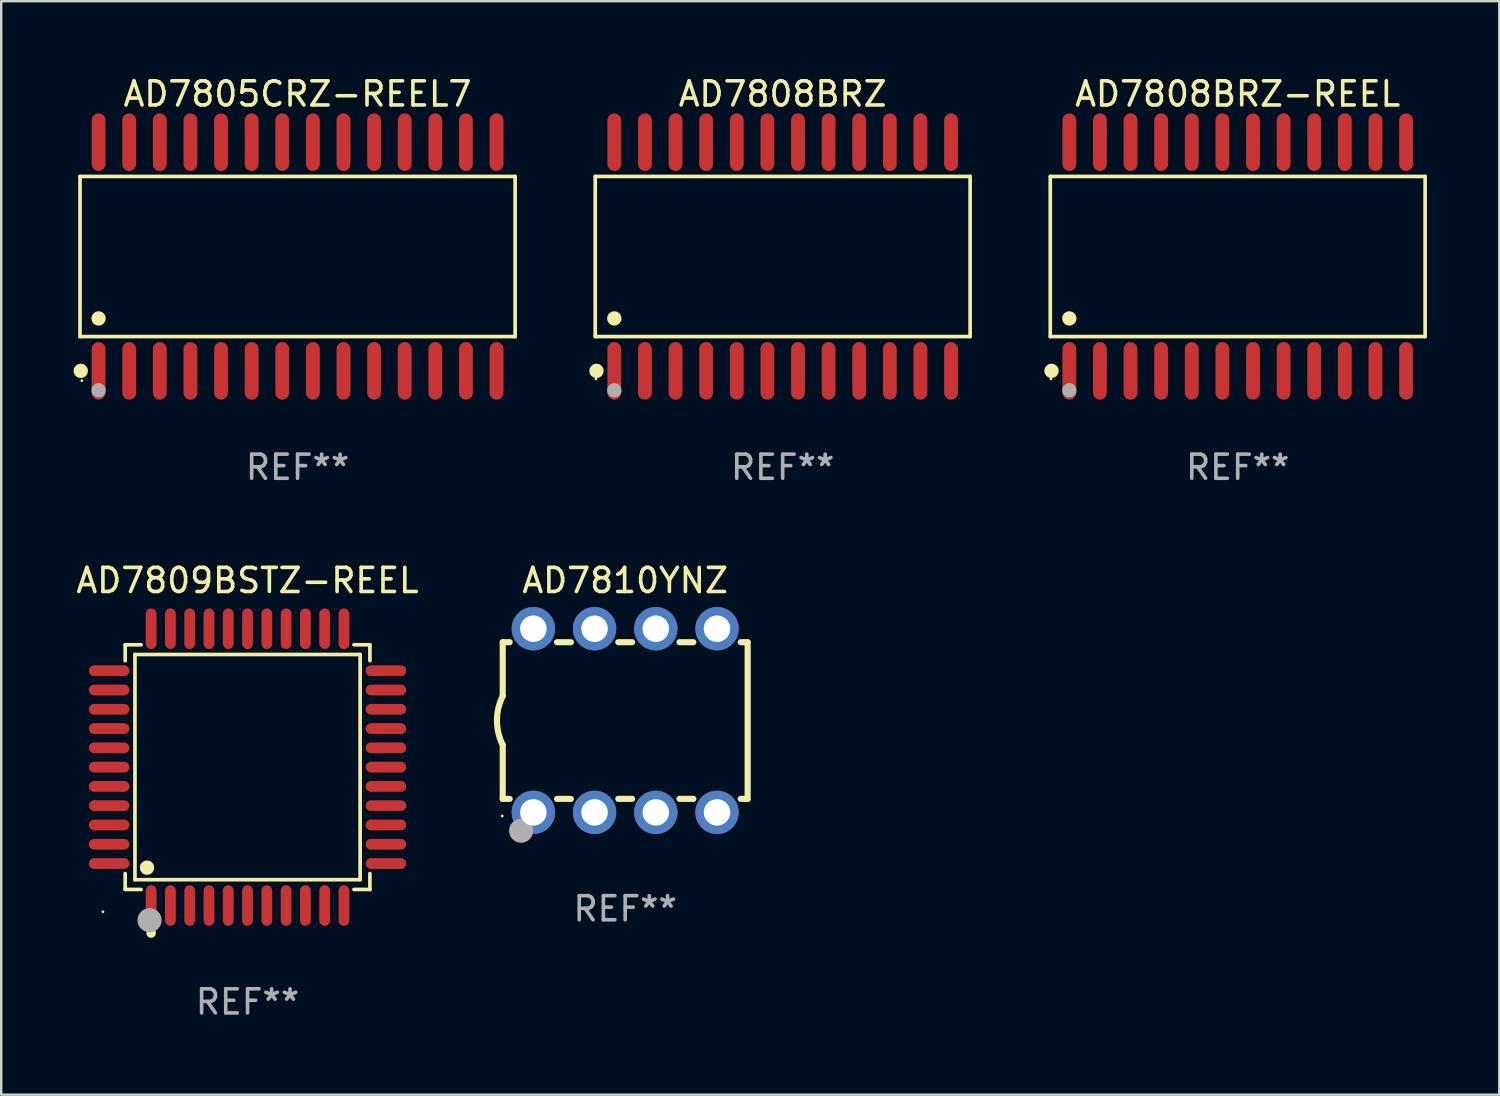
<source format=kicad_pcb>
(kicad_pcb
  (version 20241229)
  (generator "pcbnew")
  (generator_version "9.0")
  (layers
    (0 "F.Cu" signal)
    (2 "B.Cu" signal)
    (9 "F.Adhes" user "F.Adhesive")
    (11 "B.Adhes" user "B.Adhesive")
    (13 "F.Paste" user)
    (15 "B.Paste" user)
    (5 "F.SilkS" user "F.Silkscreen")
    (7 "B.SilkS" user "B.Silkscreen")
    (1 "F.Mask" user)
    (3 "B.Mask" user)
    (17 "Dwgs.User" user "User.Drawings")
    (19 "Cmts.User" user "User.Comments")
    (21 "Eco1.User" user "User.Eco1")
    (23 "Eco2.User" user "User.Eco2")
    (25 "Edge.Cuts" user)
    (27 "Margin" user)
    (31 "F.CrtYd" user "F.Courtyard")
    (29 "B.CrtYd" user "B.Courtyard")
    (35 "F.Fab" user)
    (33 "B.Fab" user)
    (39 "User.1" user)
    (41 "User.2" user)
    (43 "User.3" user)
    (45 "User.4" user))
  (footprint "AD7810YNZ"
    (layer "F.Cu")
    (at 22.887 26.843)
    (property "Reference" "AD7810YNZ" (at 0 -5.81 0) (layer "F.SilkS") (effects (font (size 1 1) (thickness 0.15))))
    (attr through_hole)
    (fp_line (start -5.08 -3.25) (end -5.08 -1.017) (stroke (width 0.254) (type solid)) (layer "F.SilkS"))
    (fp_line (start -5.08 -3.25) (end -4.792 -3.25) (stroke (width 0.254) (type solid)) (layer "F.SilkS"))
    (fp_line (start -5.08 3.25) (end -5.08 1.015) (stroke (width 0.254) (type solid)) (layer "F.SilkS"))
    (fp_line (start -5.08 3.25) (end -4.792 3.25) (stroke (width 0.254) (type solid)) (layer "F.SilkS"))
    (fp_line (start -2.828 -3.25) (end -2.252 -3.25) (stroke (width 0.254) (type solid)) (layer "F.SilkS"))
    (fp_line (start -2.828 3.25) (end -2.252 3.25) (stroke (width 0.254) (type solid)) (layer "F.SilkS"))
    (fp_line (start -0.288 -3.25) (end 0.288 -3.25) (stroke (width 0.254) (type solid)) (layer "F.SilkS"))
    (fp_line (start -0.288 3.25) (end 0.288 3.25) (stroke (width 0.254) (type solid)) (layer "F.SilkS"))
    (fp_line (start 2.252 -3.25) (end 2.828 -3.25) (stroke (width 0.254) (type solid)) (layer "F.SilkS"))
    (fp_line (start 2.252 3.25) (end 2.828 3.25) (stroke (width 0.254) (type solid)) (layer "F.SilkS"))
    (fp_line (start 4.792 -3.25) (end 5.08 -3.25) (stroke (width 0.254) (type solid)) (layer "F.SilkS"))
    (fp_line (start 4.792 3.25) (end 5.08 3.25) (stroke (width 0.254) (type solid)) (layer "F.SilkS"))
    (fp_line (start 5.08 -3.25) (end 5.08 3.25) (stroke (width 0.254) (type solid)) (layer "F.SilkS"))
    (fp_arc (start -5.08001 1.01524) (mid -5.319856 -0.000762) (end -5.08001 -1.016764) (stroke (width 0.254001) (type solid)) (layer "F.SilkS"))
    (fp_circle (center -5.1 3.96) (end -5.07 3.96) (stroke (width 0.06) (type solid)) (fill no) (layer "F.SilkS"))
    (fp_circle (center -4.318 4.572) (end -4.068 4.572) (stroke (width 0.5) (type solid)) (fill no) (layer "F.Fab"))
    (fp_text user "REF**" (at 0 7.81 0) (layer "F.Fab") (effects (font (size 1 1) (thickness 0.15))))
    (pad "1" thru_hole circle (at -3.81 3.81) (size 1.8 1.8) (drill 1.1) (layers "*.Cu" "*.Mask"))
    (pad "2" thru_hole circle (at -1.27 3.81) (size 1.8 1.8) (drill 1.1) (layers "*.Cu" "*.Mask"))
    (pad "3" thru_hole circle (at 1.27 3.81) (size 1.8 1.8) (drill 1.1) (layers "*.Cu" "*.Mask"))
    (pad "4" thru_hole circle (at 3.81 3.81) (size 1.8 1.8) (drill 1.1) (layers "*.Cu" "*.Mask"))
    (pad "5" thru_hole circle (at 3.81 -3.81) (size 1.8 1.8) (drill 1.1) (layers "*.Cu" "*.Mask"))
    (pad "6" thru_hole circle (at 1.27 -3.81) (size 1.8 1.8) (drill 1.1) (layers "*.Cu" "*.Mask"))
    (pad "7" thru_hole circle (at -1.27 -3.81) (size 1.8 1.8) (drill 1.1) (layers "*.Cu" "*.Mask"))
    (pad "8" thru_hole circle (at -3.81 -3.81) (size 1.8 1.8) (drill 1.1) (layers "*.Cu" "*.Mask")))
  (footprint "AD7805CRZ-REEL7"
    (layer "F.Cu")
    (at 9.295 7.592)
    (property "Reference" "AD7805CRZ-REEL7" (at 0 -6.744 0) (layer "F.SilkS") (effects (font (size 1 1) (thickness 0.15))))
    (attr through_hole)
    (fp_line (start -9.026 -3.321) (end 9.026 -3.321) (stroke (width 0.152) (type solid)) (layer "F.SilkS"))
    (fp_line (start -9.026 3.321) (end -9.026 -3.321) (stroke (width 0.152) (type solid)) (layer "F.SilkS"))
    (fp_line (start 9.026 -3.321) (end 9.026 3.321) (stroke (width 0.152) (type solid)) (layer "F.SilkS"))
    (fp_line (start 9.026 3.321) (end -9.026 3.321) (stroke (width 0.152) (type solid)) (layer "F.SilkS"))
    (fp_circle (center -8.994 4.744) (end -8.844 4.744) (stroke (width 0.3) (type solid)) (fill no) (layer "F.SilkS"))
    (fp_circle (center -8.95 5.15) (end -8.92 5.15) (stroke (width 0.06) (type solid)) (fill no) (layer "F.SilkS"))
    (fp_circle (center -8.255 2.569) (end -8.105 2.569) (stroke (width 0.3) (type solid)) (fill no) (layer "F.SilkS"))
    (fp_circle (center -8.255 5.55) (end -8.105 5.55) (stroke (width 0.3) (type solid)) (fill no) (layer "F.Fab"))
    (fp_text user "REF**" (at 0 8.744 0) (layer "F.Fab") (effects (font (size 1 1) (thickness 0.15))))
    (pad "1" smd oval (at -8.255 4.744) (size 0.574 2.388) (layers "F.Cu" "F.Mask" "F.Paste"))
    (pad "2" smd oval (at -6.985 4.744) (size 0.574 2.388) (layers "F.Cu" "F.Mask" "F.Paste"))
    (pad "3" smd oval (at -5.715 4.744) (size 0.574 2.388) (layers "F.Cu" "F.Mask" "F.Paste"))
    (pad "4" smd oval (at -4.445 4.744) (size 0.574 2.388) (layers "F.Cu" "F.Mask" "F.Paste"))
    (pad "5" smd oval (at -3.175 4.744) (size 0.574 2.388) (layers "F.Cu" "F.Mask" "F.Paste"))
    (pad "6" smd oval (at -1.905 4.744) (size 0.574 2.388) (layers "F.Cu" "F.Mask" "F.Paste"))
    (pad "7" smd oval (at -0.635 4.744) (size 0.574 2.388) (layers "F.Cu" "F.Mask" "F.Paste"))
    (pad "8" smd oval (at 0.635 4.744) (size 0.574 2.388) (layers "F.Cu" "F.Mask" "F.Paste"))
    (pad "9" smd oval (at 1.905 4.744) (size 0.574 2.388) (layers "F.Cu" "F.Mask" "F.Paste"))
    (pad "10" smd oval (at 3.175 4.744) (size 0.574 2.388) (layers "F.Cu" "F.Mask" "F.Paste"))
    (pad "11" smd oval (at 4.445 4.744) (size 0.574 2.388) (layers "F.Cu" "F.Mask" "F.Paste"))
    (pad "12" smd oval (at 5.715 4.744) (size 0.574 2.388) (layers "F.Cu" "F.Mask" "F.Paste"))
    (pad "13" smd oval (at 6.985 4.744) (size 0.574 2.388) (layers "F.Cu" "F.Mask" "F.Paste"))
    (pad "14" smd oval (at 8.255 4.744) (size 0.574 2.388) (layers "F.Cu" "F.Mask" "F.Paste"))
    (pad "15" smd oval (at 8.255 -4.744) (size 0.574 2.388) (layers "F.Cu" "F.Mask" "F.Paste"))
    (pad "16" smd oval (at 6.985 -4.744) (size 0.574 2.388) (layers "F.Cu" "F.Mask" "F.Paste"))
    (pad "17" smd oval (at 5.715 -4.744) (size 0.574 2.388) (layers "F.Cu" "F.Mask" "F.Paste"))
    (pad "18" smd oval (at 4.445 -4.744) (size 0.574 2.388) (layers "F.Cu" "F.Mask" "F.Paste"))
    (pad "19" smd oval (at 3.175 -4.744) (size 0.574 2.388) (layers "F.Cu" "F.Mask" "F.Paste"))
    (pad "20" smd oval (at 1.905 -4.744) (size 0.574 2.388) (layers "F.Cu" "F.Mask" "F.Paste"))
    (pad "21" smd oval (at 0.635 -4.744) (size 0.574 2.388) (layers "F.Cu" "F.Mask" "F.Paste"))
    (pad "22" smd oval (at -0.635 -4.744) (size 0.574 2.388) (layers "F.Cu" "F.Mask" "F.Paste"))
    (pad "23" smd oval (at -1.905 -4.744) (size 0.574 2.388) (layers "F.Cu" "F.Mask" "F.Paste"))
    (pad "24" smd oval (at -3.175 -4.744) (size 0.574 2.388) (layers "F.Cu" "F.Mask" "F.Paste"))
    (pad "25" smd oval (at -4.445 -4.744) (size 0.574 2.388) (layers "F.Cu" "F.Mask" "F.Paste"))
    (pad "26" smd oval (at -5.715 -4.744) (size 0.574 2.388) (layers "F.Cu" "F.Mask" "F.Paste"))
    (pad "27" smd oval (at -6.985 -4.744) (size 0.574 2.388) (layers "F.Cu" "F.Mask" "F.Paste"))
    (pad "28" smd oval (at -8.255 -4.744) (size 0.574 2.388) (layers "F.Cu" "F.Mask" "F.Paste")))
  (footprint "AD7809BSTZ-REEL"
    (layer "F.Cu")
    (at 7.22 28.775)
    (property "Reference" "AD7809BSTZ-REEL" (at 0 -7.742 0) (layer "F.SilkS") (effects (font (size 1 1) (thickness 0.15))))
    (attr through_hole)
    (fp_line (start -5.076 -5.076) (end -4.415 -5.076) (stroke (width 0.152) (type solid)) (layer "F.SilkS"))
    (fp_line (start -5.076 -4.415) (end -5.076 -5.076) (stroke (width 0.152) (type solid)) (layer "F.SilkS"))
    (fp_line (start -5.076 4.415) (end -5.076 5.076) (stroke (width 0.152) (type solid)) (layer "F.SilkS"))
    (fp_line (start -5.076 5.076) (end -4.415 5.076) (stroke (width 0.152) (type solid)) (layer "F.SilkS"))
    (fp_line (start -4.671 -4.671) (end 4.671 -4.671) (stroke (width 0.152) (type solid)) (layer "F.SilkS"))
    (fp_line (start -4.671 4.671) (end -4.671 -4.671) (stroke (width 0.152) (type solid)) (layer "F.SilkS"))
    (fp_line (start 4.671 -4.671) (end 4.671 4.671) (stroke (width 0.152) (type solid)) (layer "F.SilkS"))
    (fp_line (start 4.671 4.671) (end -4.671 4.671) (stroke (width 0.152) (type solid)) (layer "F.SilkS"))
    (fp_line (start 5.076 -5.076) (end 4.415 -5.076) (stroke (width 0.152) (type solid)) (layer "F.SilkS"))
    (fp_line (start 5.076 -4.415) (end 5.076 -5.076) (stroke (width 0.152) (type solid)) (layer "F.SilkS"))
    (fp_line (start 5.076 4.415) (end 5.076 5.076) (stroke (width 0.152) (type solid)) (layer "F.SilkS"))
    (fp_line (start 5.076 5.076) (end 4.415 5.076) (stroke (width 0.152) (type solid)) (layer "F.SilkS"))
    (fp_circle (center -6 6) (end -5.97 6) (stroke (width 0.06) (type solid)) (fill no) (layer "F.SilkS"))
    (fp_circle (center -4.171 4.171) (end -4.021 4.171) (stroke (width 0.3) (type solid)) (fill no) (layer "F.SilkS"))
    (fp_circle (center -4 6.884) (end -3.9 6.884) (stroke (width 0.2) (type solid)) (fill no) (layer "F.SilkS"))
    (fp_circle (center -4.064 6.35) (end -3.814 6.35) (stroke (width 0.5) (type solid)) (fill no) (layer "F.Fab"))
    (fp_text user "REF**" (at 0 9.742 0) (layer "F.Fab") (effects (font (size 1 1) (thickness 0.15))))
    (pad "1" smd oval (at -4 5.742) (size 0.448 1.684) (layers "F.Cu" "F.Mask" "F.Paste"))
    (pad "2" smd oval (at -3.2 5.742) (size 0.448 1.684) (layers "F.Cu" "F.Mask" "F.Paste"))
    (pad "3" smd oval (at -2.4 5.742) (size 0.448 1.684) (layers "F.Cu" "F.Mask" "F.Paste"))
    (pad "4" smd oval (at -1.6 5.742) (size 0.448 1.684) (layers "F.Cu" "F.Mask" "F.Paste"))
    (pad "5" smd oval (at -0.8 5.742) (size 0.448 1.684) (layers "F.Cu" "F.Mask" "F.Paste"))
    (pad "6" smd oval (at 0 5.742) (size 0.448 1.684) (layers "F.Cu" "F.Mask" "F.Paste"))
    (pad "7" smd oval (at 0.8 5.742) (size 0.448 1.684) (layers "F.Cu" "F.Mask" "F.Paste"))
    (pad "8" smd oval (at 1.6 5.742) (size 0.448 1.684) (layers "F.Cu" "F.Mask" "F.Paste"))
    (pad "9" smd oval (at 2.4 5.742) (size 0.448 1.684) (layers "F.Cu" "F.Mask" "F.Paste"))
    (pad "10" smd oval (at 3.2 5.742) (size 0.448 1.684) (layers "F.Cu" "F.Mask" "F.Paste"))
    (pad "11" smd oval (at 4 5.742) (size 0.448 1.684) (layers "F.Cu" "F.Mask" "F.Paste"))
    (pad "12" smd oval (at 5.742 4) (size 1.684 0.448) (layers "F.Cu" "F.Mask" "F.Paste"))
    (pad "13" smd oval (at 5.742 3.2) (size 1.684 0.448) (layers "F.Cu" "F.Mask" "F.Paste"))
    (pad "14" smd oval (at 5.742 2.4) (size 1.684 0.448) (layers "F.Cu" "F.Mask" "F.Paste"))
    (pad "15" smd oval (at 5.742 1.6) (size 1.684 0.448) (layers "F.Cu" "F.Mask" "F.Paste"))
    (pad "16" smd oval (at 5.742 0.8) (size 1.684 0.448) (layers "F.Cu" "F.Mask" "F.Paste"))
    (pad "17" smd oval (at 5.742 0) (size 1.684 0.448) (layers "F.Cu" "F.Mask" "F.Paste"))
    (pad "18" smd oval (at 5.742 -0.8) (size 1.684 0.448) (layers "F.Cu" "F.Mask" "F.Paste"))
    (pad "19" smd oval (at 5.742 -1.6) (size 1.684 0.448) (layers "F.Cu" "F.Mask" "F.Paste"))
    (pad "20" smd oval (at 5.742 -2.4) (size 1.684 0.448) (layers "F.Cu" "F.Mask" "F.Paste"))
    (pad "21" smd oval (at 5.742 -3.2) (size 1.684 0.448) (layers "F.Cu" "F.Mask" "F.Paste"))
    (pad "22" smd oval (at 5.742 -4) (size 1.684 0.448) (layers "F.Cu" "F.Mask" "F.Paste"))
    (pad "23" smd oval (at 4 -5.742) (size 0.448 1.684) (layers "F.Cu" "F.Mask" "F.Paste"))
    (pad "24" smd oval (at 3.2 -5.742) (size 0.448 1.684) (layers "F.Cu" "F.Mask" "F.Paste"))
    (pad "25" smd oval (at 2.4 -5.742) (size 0.448 1.684) (layers "F.Cu" "F.Mask" "F.Paste"))
    (pad "26" smd oval (at 1.6 -5.742) (size 0.448 1.684) (layers "F.Cu" "F.Mask" "F.Paste"))
    (pad "27" smd oval (at 0.8 -5.742) (size 0.448 1.684) (layers "F.Cu" "F.Mask" "F.Paste"))
    (pad "28" smd oval (at 0 -5.742) (size 0.448 1.684) (layers "F.Cu" "F.Mask" "F.Paste"))
    (pad "29" smd oval (at -0.8 -5.742) (size 0.448 1.684) (layers "F.Cu" "F.Mask" "F.Paste"))
    (pad "30" smd oval (at -1.6 -5.742) (size 0.448 1.684) (layers "F.Cu" "F.Mask" "F.Paste"))
    (pad "31" smd oval (at -2.4 -5.742) (size 0.448 1.684) (layers "F.Cu" "F.Mask" "F.Paste"))
    (pad "32" smd oval (at -3.2 -5.742) (size 0.448 1.684) (layers "F.Cu" "F.Mask" "F.Paste"))
    (pad "33" smd oval (at -4 -5.742) (size 0.448 1.684) (layers "F.Cu" "F.Mask" "F.Paste"))
    (pad "34" smd oval (at -5.742 -4) (size 1.684 0.448) (layers "F.Cu" "F.Mask" "F.Paste"))
    (pad "35" smd oval (at -5.742 -3.2) (size 1.684 0.448) (layers "F.Cu" "F.Mask" "F.Paste"))
    (pad "36" smd oval (at -5.742 -2.4) (size 1.684 0.448) (layers "F.Cu" "F.Mask" "F.Paste"))
    (pad "37" smd oval (at -5.742 -1.6) (size 1.684 0.448) (layers "F.Cu" "F.Mask" "F.Paste"))
    (pad "38" smd oval (at -5.742 -0.8) (size 1.684 0.448) (layers "F.Cu" "F.Mask" "F.Paste"))
    (pad "39" smd oval (at -5.742 0) (size 1.684 0.448) (layers "F.Cu" "F.Mask" "F.Paste"))
    (pad "40" smd oval (at -5.742 0.8) (size 1.684 0.448) (layers "F.Cu" "F.Mask" "F.Paste"))
    (pad "41" smd oval (at -5.742 1.6) (size 1.684 0.448) (layers "F.Cu" "F.Mask" "F.Paste"))
    (pad "42" smd oval (at -5.742 2.4) (size 1.684 0.448) (layers "F.Cu" "F.Mask" "F.Paste"))
    (pad "43" smd oval (at -5.742 3.2) (size 1.684 0.448) (layers "F.Cu" "F.Mask" "F.Paste"))
    (pad "44" smd oval (at -5.742 4) (size 1.684 0.448) (layers "F.Cu" "F.Mask" "F.Paste")))
  (footprint "AD7808BRZ-REEL"
    (layer "F.Cu")
    (at 48.298 7.592)
    (property "Reference" "AD7808BRZ-REEL" (at 0 -6.744 0) (layer "F.SilkS") (effects (font (size 1 1) (thickness 0.15))))
    (attr through_hole)
    (fp_line (start -7.776 -3.321) (end 7.776 -3.321) (stroke (width 0.152) (type solid)) (layer "F.SilkS"))
    (fp_line (start -7.776 3.321) (end -7.776 -3.321) (stroke (width 0.152) (type solid)) (layer "F.SilkS"))
    (fp_line (start 7.776 -3.321) (end 7.776 3.321) (stroke (width 0.152) (type solid)) (layer "F.SilkS"))
    (fp_line (start 7.776 3.321) (end -7.776 3.321) (stroke (width 0.152) (type solid)) (layer "F.SilkS"))
    (fp_circle (center -7.747 5.08) (end -7.717 5.08) (stroke (width 0.06) (type solid)) (fill no) (layer "F.SilkS"))
    (fp_circle (center -7.724 4.744) (end -7.574 4.744) (stroke (width 0.3) (type solid)) (fill no) (layer "F.SilkS"))
    (fp_circle (center -6.985 2.569) (end -6.835 2.569) (stroke (width 0.3) (type solid)) (fill no) (layer "F.SilkS"))
    (fp_circle (center -6.985 5.55) (end -6.835 5.55) (stroke (width 0.3) (type solid)) (fill no) (layer "F.Fab"))
    (fp_text user "REF**" (at 0 8.744 0) (layer "F.Fab") (effects (font (size 1 1) (thickness 0.15))))
    (pad "1" smd oval (at -6.985 4.744) (size 0.574 2.388) (layers "F.Cu" "F.Mask" "F.Paste"))
    (pad "2" smd oval (at -5.715 4.744) (size 0.574 2.388) (layers "F.Cu" "F.Mask" "F.Paste"))
    (pad "3" smd oval (at -4.445 4.744) (size 0.574 2.388) (layers "F.Cu" "F.Mask" "F.Paste"))
    (pad "4" smd oval (at -3.175 4.744) (size 0.574 2.388) (layers "F.Cu" "F.Mask" "F.Paste"))
    (pad "5" smd oval (at -1.905 4.744) (size 0.574 2.388) (layers "F.Cu" "F.Mask" "F.Paste"))
    (pad "6" smd oval (at -0.635 4.744) (size 0.574 2.388) (layers "F.Cu" "F.Mask" "F.Paste"))
    (pad "7" smd oval (at 0.635 4.744) (size 0.574 2.388) (layers "F.Cu" "F.Mask" "F.Paste"))
    (pad "8" smd oval (at 1.905 4.744) (size 0.574 2.388) (layers "F.Cu" "F.Mask" "F.Paste"))
    (pad "9" smd oval (at 3.175 4.744) (size 0.574 2.388) (layers "F.Cu" "F.Mask" "F.Paste"))
    (pad "10" smd oval (at 4.445 4.744) (size 0.574 2.388) (layers "F.Cu" "F.Mask" "F.Paste"))
    (pad "11" smd oval (at 5.715 4.744) (size 0.574 2.388) (layers "F.Cu" "F.Mask" "F.Paste"))
    (pad "12" smd oval (at 6.985 4.744) (size 0.574 2.388) (layers "F.Cu" "F.Mask" "F.Paste"))
    (pad "13" smd oval (at 6.985 -4.744) (size 0.574 2.388) (layers "F.Cu" "F.Mask" "F.Paste"))
    (pad "14" smd oval (at 5.715 -4.744) (size 0.574 2.388) (layers "F.Cu" "F.Mask" "F.Paste"))
    (pad "15" smd oval (at 4.445 -4.744) (size 0.574 2.388) (layers "F.Cu" "F.Mask" "F.Paste"))
    (pad "16" smd oval (at 3.175 -4.744) (size 0.574 2.388) (layers "F.Cu" "F.Mask" "F.Paste"))
    (pad "17" smd oval (at 1.905 -4.744) (size 0.574 2.388) (layers "F.Cu" "F.Mask" "F.Paste"))
    (pad "18" smd oval (at 0.635 -4.744) (size 0.574 2.388) (layers "F.Cu" "F.Mask" "F.Paste"))
    (pad "19" smd oval (at -0.635 -4.744) (size 0.574 2.388) (layers "F.Cu" "F.Mask" "F.Paste"))
    (pad "20" smd oval (at -1.905 -4.744) (size 0.574 2.388) (layers "F.Cu" "F.Mask" "F.Paste"))
    (pad "21" smd oval (at -3.175 -4.744) (size 0.574 2.388) (layers "F.Cu" "F.Mask" "F.Paste"))
    (pad "22" smd oval (at -4.445 -4.744) (size 0.574 2.388) (layers "F.Cu" "F.Mask" "F.Paste"))
    (pad "23" smd oval (at -5.715 -4.744) (size 0.574 2.388) (layers "F.Cu" "F.Mask" "F.Paste"))
    (pad "24" smd oval (at -6.985 -4.744) (size 0.574 2.388) (layers "F.Cu" "F.Mask" "F.Paste")))
  (footprint "AD7808BRZ"
    (layer "F.Cu")
    (at 29.421 7.592)
    (property "Reference" "AD7808BRZ" (at 0 -6.744 0) (layer "F.SilkS") (effects (font (size 1 1) (thickness 0.15))))
    (attr through_hole)
    (fp_line (start -7.776 -3.321) (end 7.776 -3.321) (stroke (width 0.152) (type solid)) (layer "F.SilkS"))
    (fp_line (start -7.776 3.321) (end -7.776 -3.321) (stroke (width 0.152) (type solid)) (layer "F.SilkS"))
    (fp_line (start 7.776 -3.321) (end 7.776 3.321) (stroke (width 0.152) (type solid)) (layer "F.SilkS"))
    (fp_line (start 7.776 3.321) (end -7.776 3.321) (stroke (width 0.152) (type solid)) (layer "F.SilkS"))
    (fp_circle (center -7.747 5.08) (end -7.717 5.08) (stroke (width 0.06) (type solid)) (fill no) (layer "F.SilkS"))
    (fp_circle (center -7.724 4.744) (end -7.574 4.744) (stroke (width 0.3) (type solid)) (fill no) (layer "F.SilkS"))
    (fp_circle (center -6.985 2.569) (end -6.835 2.569) (stroke (width 0.3) (type solid)) (fill no) (layer "F.SilkS"))
    (fp_circle (center -6.985 5.55) (end -6.835 5.55) (stroke (width 0.3) (type solid)) (fill no) (layer "F.Fab"))
    (fp_text user "REF**" (at 0 8.744 0) (layer "F.Fab") (effects (font (size 1 1) (thickness 0.15))))
    (pad "1" smd oval (at -6.985 4.744) (size 0.574 2.388) (layers "F.Cu" "F.Mask" "F.Paste"))
    (pad "2" smd oval (at -5.715 4.744) (size 0.574 2.388) (layers "F.Cu" "F.Mask" "F.Paste"))
    (pad "3" smd oval (at -4.445 4.744) (size 0.574 2.388) (layers "F.Cu" "F.Mask" "F.Paste"))
    (pad "4" smd oval (at -3.175 4.744) (size 0.574 2.388) (layers "F.Cu" "F.Mask" "F.Paste"))
    (pad "5" smd oval (at -1.905 4.744) (size 0.574 2.388) (layers "F.Cu" "F.Mask" "F.Paste"))
    (pad "6" smd oval (at -0.635 4.744) (size 0.574 2.388) (layers "F.Cu" "F.Mask" "F.Paste"))
    (pad "7" smd oval (at 0.635 4.744) (size 0.574 2.388) (layers "F.Cu" "F.Mask" "F.Paste"))
    (pad "8" smd oval (at 1.905 4.744) (size 0.574 2.388) (layers "F.Cu" "F.Mask" "F.Paste"))
    (pad "9" smd oval (at 3.175 4.744) (size 0.574 2.388) (layers "F.Cu" "F.Mask" "F.Paste"))
    (pad "10" smd oval (at 4.445 4.744) (size 0.574 2.388) (layers "F.Cu" "F.Mask" "F.Paste"))
    (pad "11" smd oval (at 5.715 4.744) (size 0.574 2.388) (layers "F.Cu" "F.Mask" "F.Paste"))
    (pad "12" smd oval (at 6.985 4.744) (size 0.574 2.388) (layers "F.Cu" "F.Mask" "F.Paste"))
    (pad "13" smd oval (at 6.985 -4.744) (size 0.574 2.388) (layers "F.Cu" "F.Mask" "F.Paste"))
    (pad "14" smd oval (at 5.715 -4.744) (size 0.574 2.388) (layers "F.Cu" "F.Mask" "F.Paste"))
    (pad "15" smd oval (at 4.445 -4.744) (size 0.574 2.388) (layers "F.Cu" "F.Mask" "F.Paste"))
    (pad "16" smd oval (at 3.175 -4.744) (size 0.574 2.388) (layers "F.Cu" "F.Mask" "F.Paste"))
    (pad "17" smd oval (at 1.905 -4.744) (size 0.574 2.388) (layers "F.Cu" "F.Mask" "F.Paste"))
    (pad "18" smd oval (at 0.635 -4.744) (size 0.574 2.388) (layers "F.Cu" "F.Mask" "F.Paste"))
    (pad "19" smd oval (at -0.635 -4.744) (size 0.574 2.388) (layers "F.Cu" "F.Mask" "F.Paste"))
    (pad "20" smd oval (at -1.905 -4.744) (size 0.574 2.388) (layers "F.Cu" "F.Mask" "F.Paste"))
    (pad "21" smd oval (at -3.175 -4.744) (size 0.574 2.388) (layers "F.Cu" "F.Mask" "F.Paste"))
    (pad "22" smd oval (at -4.445 -4.744) (size 0.574 2.388) (layers "F.Cu" "F.Mask" "F.Paste"))
    (pad "23" smd oval (at -5.715 -4.744) (size 0.574 2.388) (layers "F.Cu" "F.Mask" "F.Paste"))
    (pad "24" smd oval (at -6.985 -4.744) (size 0.574 2.388) (layers "F.Cu" "F.Mask" "F.Paste")))
  (gr_rect
    (start -3 -3)
    (end 59.151 42.365)
    (stroke (width 0.1) (type default))
    (fill no)
    (layer "Edge.Cuts")))
</source>
